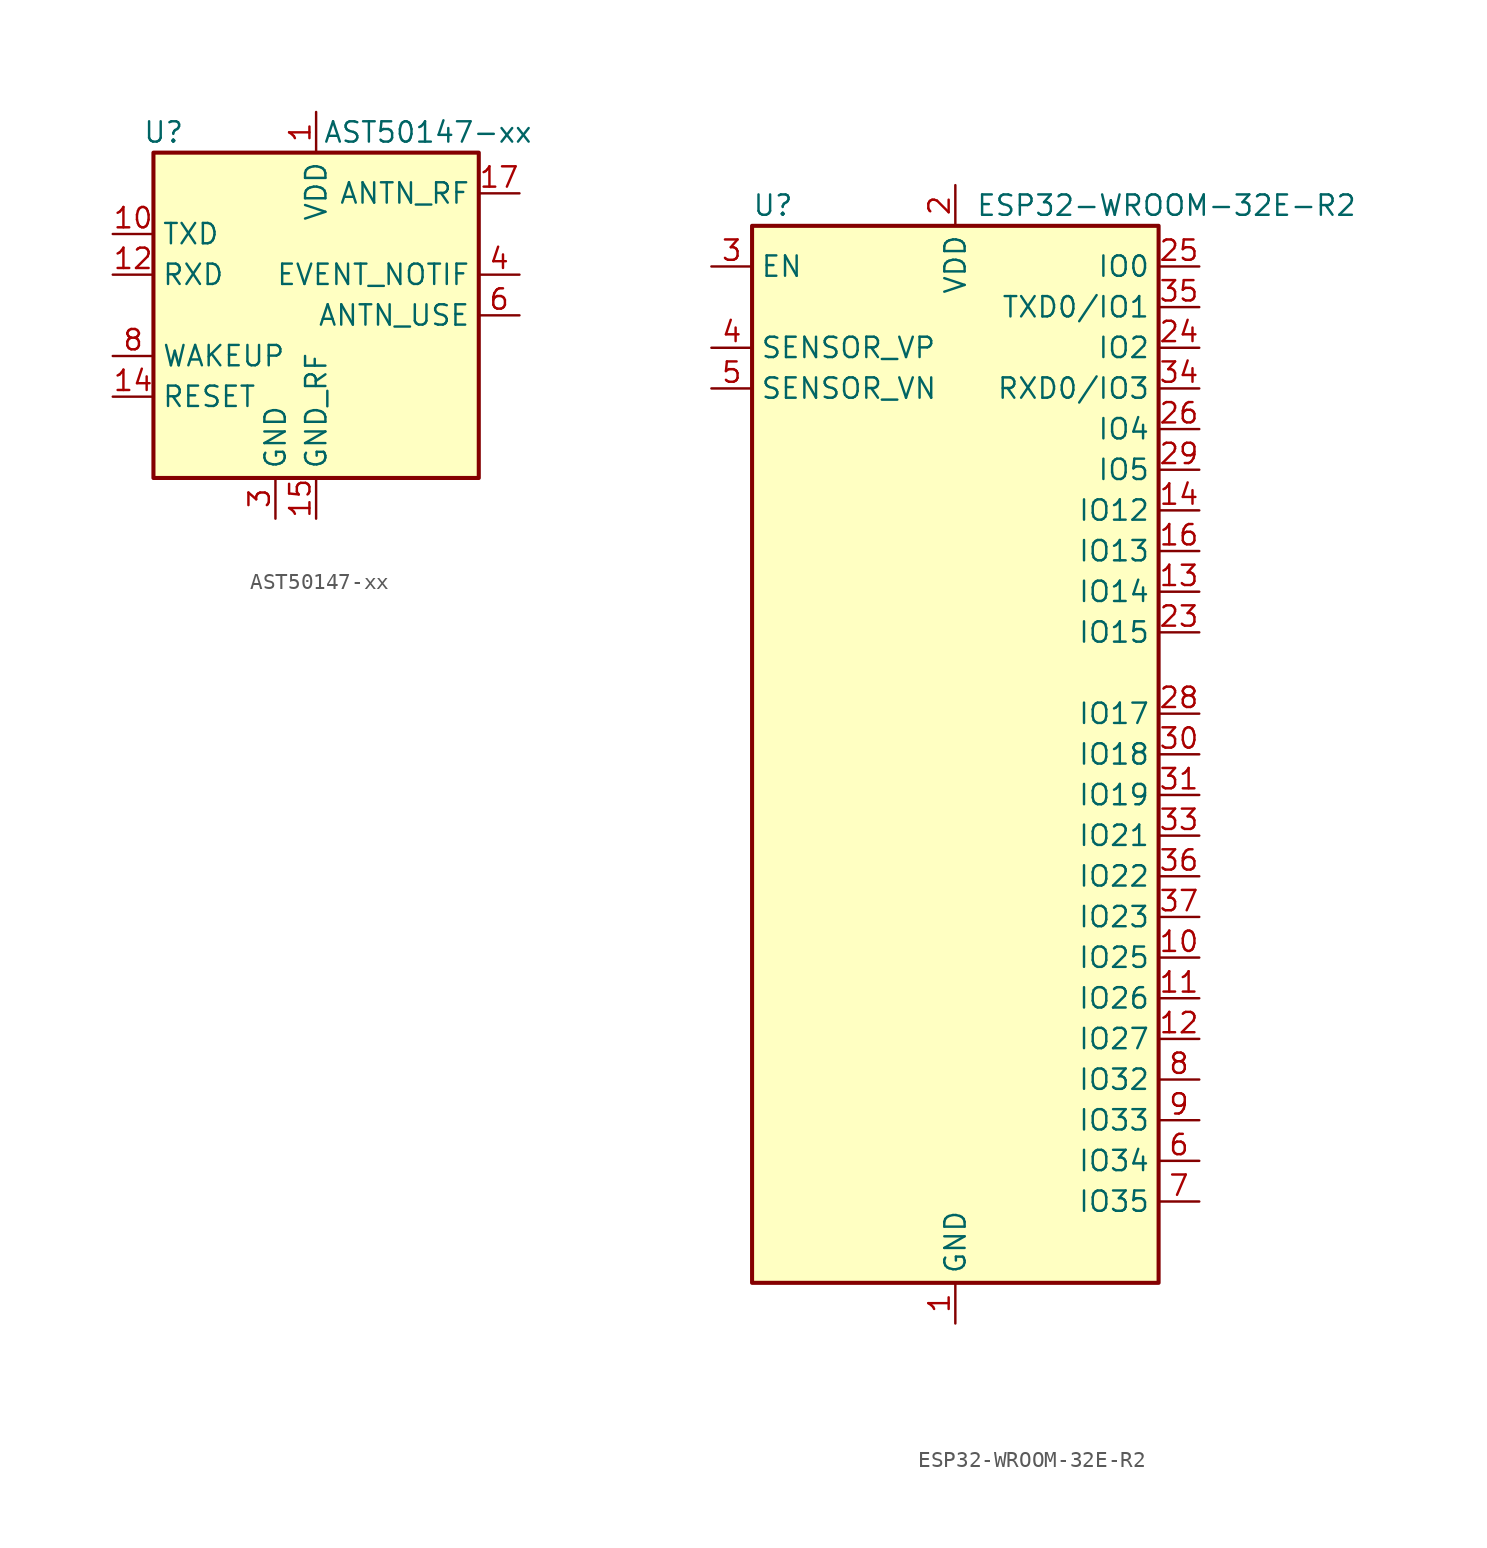
<source format=kicad_sym>
(kicad_symbol_lib
  (version 20220914)
  (generator kicad_symbol_editor)
  (symbol "AST50147-xx"
    (property "Reference" "U"
      (at -9.525 11.43 0)
      (effects (font (size 1.27 1.27))))
    (property "Value" "AST50147-xx"
      (at 6.985 11.43 0)
      (effects (font (size 1.27 1.27))))
    (symbol "AST50147-xx_0_1"
      (rectangle (start -10.16 10.16) (end 10.16 -10.16) (stroke (width 0.254) (type default)) (fill (type background))))
    (symbol "AST50147-xx_1_1"
      (pin power_in line (at 0 12.7 270) (length 2.54) (name "VDD" (effects (font (size 1.27 1.27)))) (number "1" (effects (font (size 1.27 1.27)))))
      (pin output line (at -12.7 5.08 0) (length 2.54) (name "TXD" (effects (font (size 1.27 1.27)))) (number "10" (effects (font (size 1.27 1.27)))))
      (pin passive line (at -2.54 -12.7 90) (length 2.54) hide (name "GND" (effects (font (size 1.27 1.27)))) (number "11" (effects (font (size 1.27 1.27)))))
      (pin input line (at -12.7 2.54 0) (length 2.54) (name "RXD" (effects (font (size 1.27 1.27)))) (number "12" (effects (font (size 1.27 1.27)))))
      (pin passive line (at -2.54 -12.7 90) (length 2.54) hide (name "GND" (effects (font (size 1.27 1.27)))) (number "13" (effects (font (size 1.27 1.27)))))
      (pin input line (at -12.7 -5.08 0) (length 2.54) (name "RESET" (effects (font (size 1.27 1.27)))) (number "14" (effects (font (size 1.27 1.27)))))
      (pin power_in line (at 0 -12.7 90) (length 2.54) (name "GND_RF" (effects (font (size 1.27 1.27)))) (number "15" (effects (font (size 1.27 1.27)))))
      (pin passive line (at 0 -12.7 90) (length 2.54) hide (name "GND_RF" (effects (font (size 1.27 1.27)))) (number "16" (effects (font (size 1.27 1.27)))))
      (pin passive line (at 12.7 7.62 180) (length 2.54) (name "ANTN_RF" (effects (font (size 1.27 1.27)))) (number "17" (effects (font (size 1.27 1.27)))))
      (pin passive line (at 0 -12.7 90) (length 2.54) hide (name "GND_RF" (effects (font (size 1.27 1.27)))) (number "18" (effects (font (size 1.27 1.27)))))
      (pin passive line (at 0 -12.7 90) (length 2.54) hide (name "GND_RF" (effects (font (size 1.27 1.27)))) (number "19" (effects (font (size 1.27 1.27)))))
      (pin passive line (at 0 12.7 270) (length 2.54) hide (name "VDD" (effects (font (size 1.27 1.27)))) (number "2" (effects (font (size 1.27 1.27)))))
      (pin no_connect line (at -7.62 10.16 270) (length 2.54) hide (name "RSVD" (effects (font (size 1.27 1.27)))) (number "20" (effects (font (size 1.27 1.27)))))
      (pin no_connect line (at -5.08 10.16 270) (length 2.54) hide (name "RSVD" (effects (font (size 1.27 1.27)))) (number "21" (effects (font (size 1.27 1.27)))))
      (pin no_connect line (at -2.54 10.16 270) (length 2.54) hide (name "RSVD" (effects (font (size 1.27 1.27)))) (number "22" (effects (font (size 1.27 1.27)))))
      (pin passive line (at -2.54 -12.7 90) (length 2.54) hide (name "GND" (effects (font (size 1.27 1.27)))) (number "23" (effects (font (size 1.27 1.27)))))
      (pin no_connect line (at -10.16 0 0) (length 2.54) hide (name "N.C." (effects (font (size 1.27 1.27)))) (number "24" (effects (font (size 1.27 1.27)))))
      (pin passive line (at -2.54 -12.7 90) (length 2.54) hide (name "GND" (effects (font (size 1.27 1.27)))) (number "25" (effects (font (size 1.27 1.27)))))
      (pin no_connect line (at 2.54 -10.16 90) (length 2.54) hide (name "N.C." (effects (font (size 1.27 1.27)))) (number "26" (effects (font (size 1.27 1.27)))))
      (pin passive line (at -2.54 -12.7 90) (length 2.54) hide (name "GND" (effects (font (size 1.27 1.27)))) (number "27" (effects (font (size 1.27 1.27)))))
      (pin no_connect line (at 5.08 -10.16 90) (length 2.54) hide (name "N.C." (effects (font (size 1.27 1.27)))) (number "28" (effects (font (size 1.27 1.27)))))
      (pin passive line (at -2.54 -12.7 90) (length 2.54) hide (name "GND" (effects (font (size 1.27 1.27)))) (number "29" (effects (font (size 1.27 1.27)))))
      (pin power_in line (at -2.54 -12.7 90) (length 2.54) (name "GND" (effects (font (size 1.27 1.27)))) (number "3" (effects (font (size 1.27 1.27)))))
      (pin no_connect line (at 7.62 -10.16 90) (length 2.54) hide (name "N.C." (effects (font (size 1.27 1.27)))) (number "30" (effects (font (size 1.27 1.27)))))
      (pin passive line (at -2.54 -12.7 90) (length 2.54) hide (name "GND" (effects (font (size 1.27 1.27)))) (number "31" (effects (font (size 1.27 1.27)))))
      (pin no_connect line (at 7.62 10.16 270) (length 2.54) hide (name "N.C." (effects (font (size 1.27 1.27)))) (number "32" (effects (font (size 1.27 1.27)))))
      (pin passive line (at -2.54 -12.7 90) (length 2.54) hide (name "GND" (effects (font (size 1.27 1.27)))) (number "33" (effects (font (size 1.27 1.27)))))
      (pin no_connect line (at -10.16 -7.62 0) (length 2.54) hide (name "N.C." (effects (font (size 1.27 1.27)))) (number "34" (effects (font (size 1.27 1.27)))))
      (pin no_connect line (at 10.16 -2.54 180) (length 2.54) hide (name "N.C." (effects (font (size 1.27 1.27)))) (number "35" (effects (font (size 1.27 1.27)))))
      (pin passive line (at -2.54 -12.7 90) (length 2.54) hide (name "GND" (effects (font (size 1.27 1.27)))) (number "36" (effects (font (size 1.27 1.27)))))
      (pin no_connect line (at 2.54 10.16 270) (length 2.54) hide (name "RSVD" (effects (font (size 1.27 1.27)))) (number "37" (effects (font (size 1.27 1.27)))))
      (pin no_connect line (at 5.08 10.16 270) (length 2.54) hide (name "RSVD" (effects (font (size 1.27 1.27)))) (number "38" (effects (font (size 1.27 1.27)))))
      (pin output line (at 12.7 2.54 180) (length 2.54) (name "EVENT_NOTIF" (effects (font (size 1.27 1.27)))) (number "4" (effects (font (size 1.27 1.27)))))
      (pin passive line (at -2.54 -12.7 90) (length 2.54) hide (name "GND" (effects (font (size 1.27 1.27)))) (number "5" (effects (font (size 1.27 1.27)))))
      (pin output line (at 12.7 0 180) (length 2.54) (name "ANTN_USE" (effects (font (size 1.27 1.27)))) (number "6" (effects (font (size 1.27 1.27)))))
      (pin passive line (at -2.54 -12.7 90) (length 2.54) hide (name "GND" (effects (font (size 1.27 1.27)))) (number "7" (effects (font (size 1.27 1.27)))))
      (pin input line (at -12.7 -2.54 0) (length 2.54) (name "WAKEUP" (effects (font (size 1.27 1.27)))) (number "8" (effects (font (size 1.27 1.27)))))
      (pin passive line (at -2.54 -12.7 90) (length 2.54) hide (name "GND" (effects (font (size 1.27 1.27)))) (number "9" (effects (font (size 1.27 1.27)))))))
  (symbol "ESP32-WROOM-32E-R2"
    (property "Reference" "U"
      (at -12.7 34.29 0)
      (effects (font (size 1.27 1.27)) (justify left)))
    (property "Value" "ESP32-WROOM-32E-R2"
      (at 1.27 34.29 0)
      (effects (font (size 1.27 1.27)) (justify left)))
    (symbol "ESP32-WROOM-32E-R2_0_1"
      (rectangle (start -12.7 33.02) (end 12.7 -33.02) (stroke (width 0.254) (type default)) (fill (type background))))
    (symbol "ESP32-WROOM-32E-R2_1_1"
      (pin power_in line (at 0 -35.56 90) (length 2.54) (name "GND" (effects (font (size 1.27 1.27)))) (number "1" (effects (font (size 1.27 1.27)))))
      (pin bidirectional line (at 15.24 -12.7 180) (length 2.54) (name "IO25" (effects (font (size 1.27 1.27)))) (number "10" (effects (font (size 1.27 1.27)))))
      (pin bidirectional line (at 15.24 -15.24 180) (length 2.54) (name "IO26" (effects (font (size 1.27 1.27)))) (number "11" (effects (font (size 1.27 1.27)))))
      (pin bidirectional line (at 15.24 -17.78 180) (length 2.54) (name "IO27" (effects (font (size 1.27 1.27)))) (number "12" (effects (font (size 1.27 1.27)))))
      (pin bidirectional line (at 15.24 10.16 180) (length 2.54) (name "IO14" (effects (font (size 1.27 1.27)))) (number "13" (effects (font (size 1.27 1.27)))))
      (pin bidirectional line (at 15.24 15.24 180) (length 2.54) (name "IO12" (effects (font (size 1.27 1.27)))) (number "14" (effects (font (size 1.27 1.27)))))
      (pin passive line (at 0 -35.56 90) (length 2.54) hide (name "GND" (effects (font (size 1.27 1.27)))) (number "15" (effects (font (size 1.27 1.27)))))
      (pin bidirectional line (at 15.24 12.7 180) (length 2.54) (name "IO13" (effects (font (size 1.27 1.27)))) (number "16" (effects (font (size 1.27 1.27)))))
      (pin no_connect line (at -12.7 -5.08 0) (length 2.54) hide (name "NC" (effects (font (size 1.27 1.27)))) (number "17" (effects (font (size 1.27 1.27)))))
      (pin no_connect line (at -12.7 -7.62 0) (length 2.54) hide (name "NC" (effects (font (size 1.27 1.27)))) (number "18" (effects (font (size 1.27 1.27)))))
      (pin no_connect line (at -12.7 -12.7 0) (length 2.54) hide (name "NC" (effects (font (size 1.27 1.27)))) (number "19" (effects (font (size 1.27 1.27)))))
      (pin power_in line (at 0 35.56 270) (length 2.54) (name "VDD" (effects (font (size 1.27 1.27)))) (number "2" (effects (font (size 1.27 1.27)))))
      (pin no_connect line (at -12.7 -10.16 0) (length 2.54) hide (name "NC" (effects (font (size 1.27 1.27)))) (number "20" (effects (font (size 1.27 1.27)))))
      (pin no_connect line (at -12.7 0 0) (length 2.54) hide (name "NC" (effects (font (size 1.27 1.27)))) (number "21" (effects (font (size 1.27 1.27)))))
      (pin no_connect line (at -12.7 -2.54 0) (length 2.54) hide (name "NC" (effects (font (size 1.27 1.27)))) (number "22" (effects (font (size 1.27 1.27)))))
      (pin bidirectional line (at 15.24 7.62 180) (length 2.54) (name "IO15" (effects (font (size 1.27 1.27)))) (number "23" (effects (font (size 1.27 1.27)))))
      (pin bidirectional line (at 15.24 25.4 180) (length 2.54) (name "IO2" (effects (font (size 1.27 1.27)))) (number "24" (effects (font (size 1.27 1.27)))))
      (pin bidirectional line (at 15.24 30.48 180) (length 2.54) (name "IO0" (effects (font (size 1.27 1.27)))) (number "25" (effects (font (size 1.27 1.27)))))
      (pin bidirectional line (at 15.24 20.32 180) (length 2.54) (name "IO4" (effects (font (size 1.27 1.27)))) (number "26" (effects (font (size 1.27 1.27)))))
      (pin no_connect line (at 12.7 5.08 180) (length 2.54) hide (name "NC" (effects (font (size 1.27 1.27)))) (number "27" (effects (font (size 1.27 1.27)))))
      (pin bidirectional line (at 15.24 2.54 180) (length 2.54) (name "IO17" (effects (font (size 1.27 1.27)))) (number "28" (effects (font (size 1.27 1.27)))))
      (pin bidirectional line (at 15.24 17.78 180) (length 2.54) (name "IO5" (effects (font (size 1.27 1.27)))) (number "29" (effects (font (size 1.27 1.27)))))
      (pin input line (at -15.24 30.48 0) (length 2.54) (name "EN" (effects (font (size 1.27 1.27)))) (number "3" (effects (font (size 1.27 1.27)))))
      (pin bidirectional line (at 15.24 0 180) (length 2.54) (name "IO18" (effects (font (size 1.27 1.27)))) (number "30" (effects (font (size 1.27 1.27)))))
      (pin bidirectional line (at 15.24 -2.54 180) (length 2.54) (name "IO19" (effects (font (size 1.27 1.27)))) (number "31" (effects (font (size 1.27 1.27)))))
      (pin no_connect line (at -12.7 -27.94 0) (length 2.54) hide (name "NC" (effects (font (size 1.27 1.27)))) (number "32" (effects (font (size 1.27 1.27)))))
      (pin bidirectional line (at 15.24 -5.08 180) (length 2.54) (name "IO21" (effects (font (size 1.27 1.27)))) (number "33" (effects (font (size 1.27 1.27)))))
      (pin bidirectional line (at 15.24 22.86 180) (length 2.54) (name "RXD0/IO3" (effects (font (size 1.27 1.27)))) (number "34" (effects (font (size 1.27 1.27)))))
      (pin bidirectional line (at 15.24 27.94 180) (length 2.54) (name "TXD0/IO1" (effects (font (size 1.27 1.27)))) (number "35" (effects (font (size 1.27 1.27)))))
      (pin bidirectional line (at 15.24 -7.62 180) (length 2.54) (name "IO22" (effects (font (size 1.27 1.27)))) (number "36" (effects (font (size 1.27 1.27)))))
      (pin bidirectional line (at 15.24 -10.16 180) (length 2.54) (name "IO23" (effects (font (size 1.27 1.27)))) (number "37" (effects (font (size 1.27 1.27)))))
      (pin passive line (at 0 -35.56 90) (length 2.54) hide (name "GND" (effects (font (size 1.27 1.27)))) (number "38" (effects (font (size 1.27 1.27)))))
      (pin passive line (at 0 -35.56 90) (length 2.54) hide (name "GND" (effects (font (size 1.27 1.27)))) (number "39" (effects (font (size 1.27 1.27)))))
      (pin input line (at -15.24 25.4 0) (length 2.54) (name "SENSOR_VP" (effects (font (size 1.27 1.27)))) (number "4" (effects (font (size 1.27 1.27)))))
      (pin input line (at -15.24 22.86 0) (length 2.54) (name "SENSOR_VN" (effects (font (size 1.27 1.27)))) (number "5" (effects (font (size 1.27 1.27)))))
      (pin input line (at 15.24 -25.4 180) (length 2.54) (name "IO34" (effects (font (size 1.27 1.27)))) (number "6" (effects (font (size 1.27 1.27)))))
      (pin input line (at 15.24 -27.94 180) (length 2.54) (name "IO35" (effects (font (size 1.27 1.27)))) (number "7" (effects (font (size 1.27 1.27)))))
      (pin bidirectional line (at 15.24 -20.32 180) (length 2.54) (name "IO32" (effects (font (size 1.27 1.27)))) (number "8" (effects (font (size 1.27 1.27)))))
      (pin bidirectional line (at 15.24 -22.86 180) (length 2.54) (name "IO33" (effects (font (size 1.27 1.27)))) (number "9" (effects (font (size 1.27 1.27))))))))
</source>
